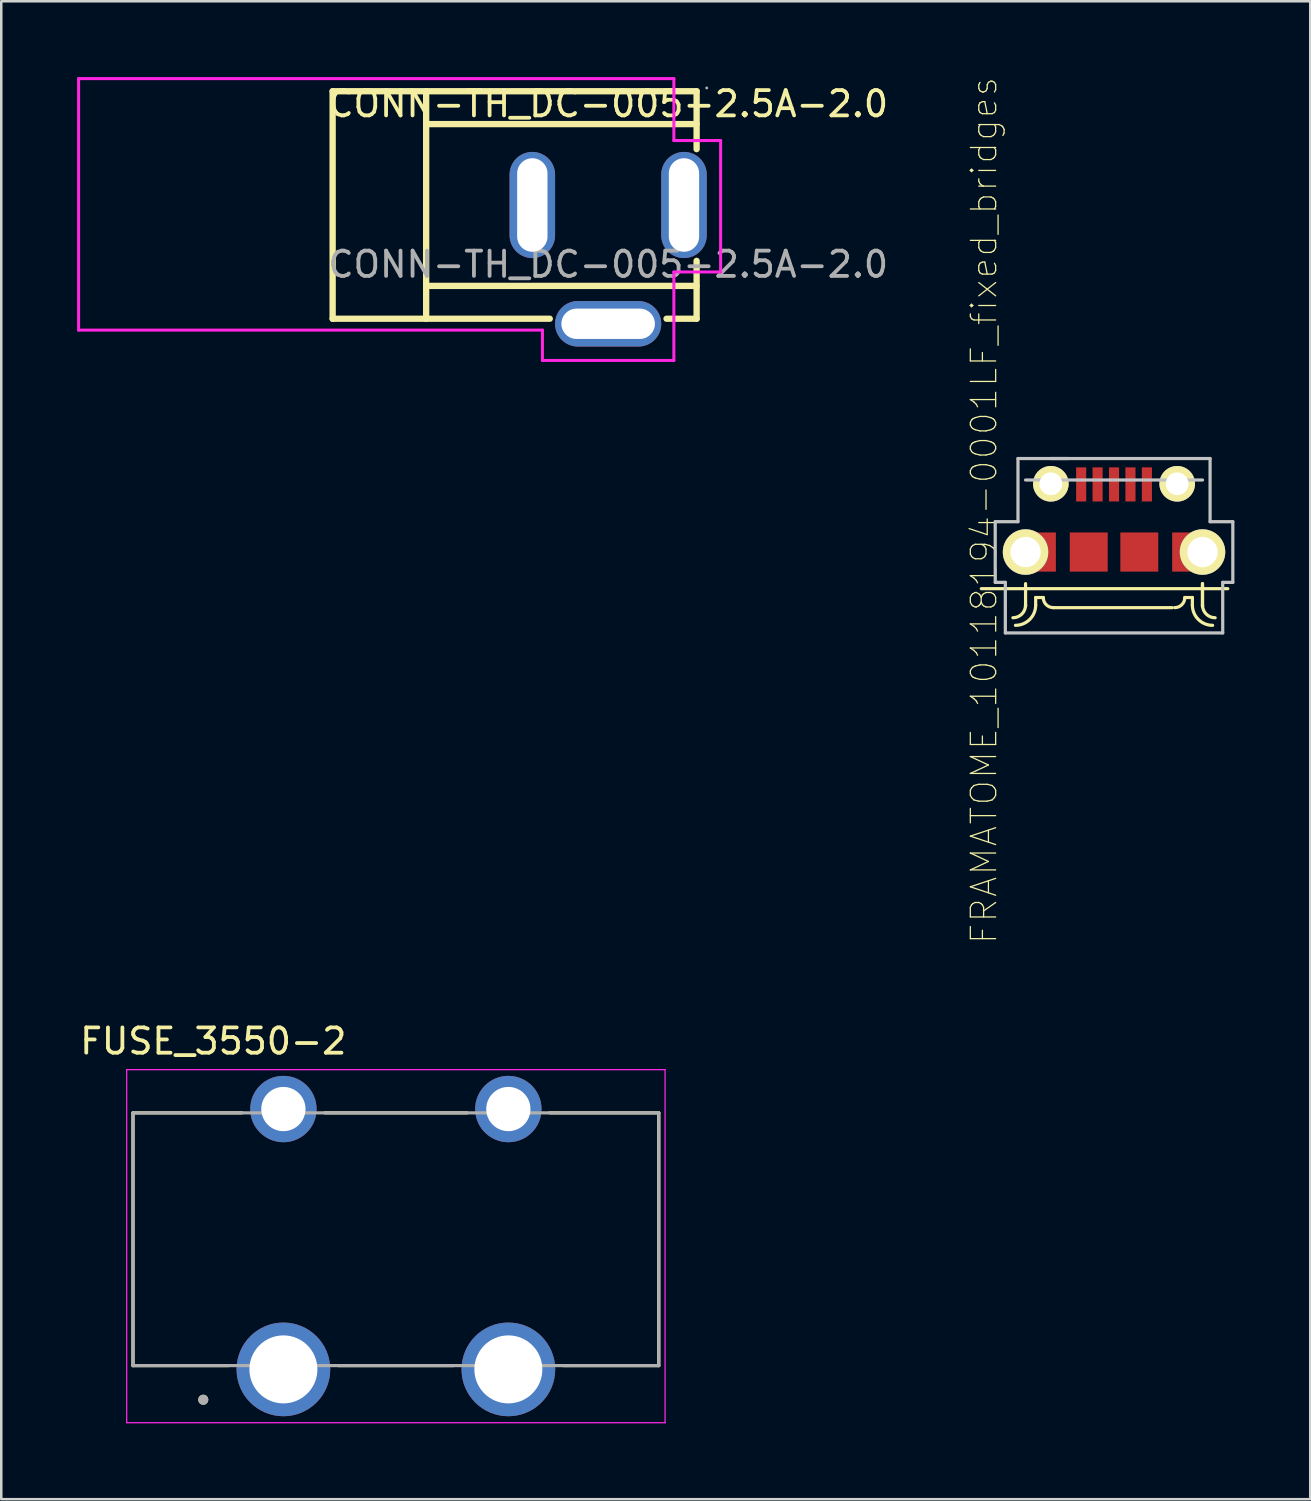
<source format=kicad_pcb>
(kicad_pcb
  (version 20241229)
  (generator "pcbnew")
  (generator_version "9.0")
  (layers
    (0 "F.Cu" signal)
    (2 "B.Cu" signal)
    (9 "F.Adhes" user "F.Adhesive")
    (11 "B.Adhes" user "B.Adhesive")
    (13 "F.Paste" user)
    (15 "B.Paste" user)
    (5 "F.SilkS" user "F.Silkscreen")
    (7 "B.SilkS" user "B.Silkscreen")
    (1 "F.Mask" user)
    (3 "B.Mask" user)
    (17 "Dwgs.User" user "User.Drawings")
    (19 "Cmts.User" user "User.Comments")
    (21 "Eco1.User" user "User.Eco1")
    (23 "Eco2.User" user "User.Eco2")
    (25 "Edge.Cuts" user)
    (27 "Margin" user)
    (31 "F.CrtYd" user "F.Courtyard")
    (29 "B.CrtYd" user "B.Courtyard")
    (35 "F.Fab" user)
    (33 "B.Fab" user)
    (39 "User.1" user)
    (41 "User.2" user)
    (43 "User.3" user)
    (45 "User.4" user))
  (footprint "FUSE_3550-2"
    (layer "F.Cu")
    (at 12.612 45.977)
    (property "Reference" "FUSE_3550-2" (at -7.225 -7.835 0) (layer "F.SilkS") (effects (font (size 1 1) (thickness 0.15))))
    (attr through_hole)
    (fp_line (start -10.4 -5) (end -10.4 5) (stroke (width 0.127) (type solid)) (layer "F.SilkS"))
    (fp_line (start -6.625 5) (end -10.4 5) (stroke (width 0.127) (type solid)) (layer "F.SilkS"))
    (fp_line (start -6.09 -5) (end -10.4 -5) (stroke (width 0.127) (type solid)) (layer "F.SilkS"))
    (fp_line (start -2.815 -5) (end 2.815 -5) (stroke (width 0.127) (type solid)) (layer "F.SilkS"))
    (fp_line (start 2.275 5) (end -2.275 5) (stroke (width 0.127) (type solid)) (layer "F.SilkS"))
    (fp_line (start 6.085 -5) (end 10.4 -5) (stroke (width 0.127) (type solid)) (layer "F.SilkS"))
    (fp_line (start 6.625 5) (end 10.4 5) (stroke (width 0.127) (type solid)) (layer "F.SilkS"))
    (fp_line (start 10.4 -5) (end 10.4 5) (stroke (width 0.127) (type solid)) (layer "F.SilkS"))
    (fp_circle (center -7.62 6.35) (end -7.52 6.35) (stroke (width 0.2) (type solid)) (fill no) (layer "F.SilkS"))
    (fp_line (start -10.65 -6.71) (end 10.65 -6.71) (stroke (width 0.05) (type solid)) (layer "F.CrtYd"))
    (fp_line (start -10.65 7.26) (end -10.65 -6.71) (stroke (width 0.05) (type solid)) (layer "F.CrtYd"))
    (fp_line (start 10.65 -6.71) (end 10.65 7.26) (stroke (width 0.05) (type solid)) (layer "F.CrtYd"))
    (fp_line (start 10.65 7.26) (end -10.65 7.26) (stroke (width 0.05) (type solid)) (layer "F.CrtYd"))
    (fp_line (start -10.4 -5) (end 10.4 -5) (stroke (width 0.127) (type solid)) (layer "F.Fab"))
    (fp_line (start -10.4 5) (end -10.4 -5) (stroke (width 0.127) (type solid)) (layer "F.Fab"))
    (fp_line (start 10.4 -5) (end 10.4 5) (stroke (width 0.127) (type solid)) (layer "F.Fab"))
    (fp_line (start 10.4 5) (end -10.4 5) (stroke (width 0.127) (type solid)) (layer "F.Fab"))
    (fp_circle (center -7.62 6.35) (end -7.52 6.35) (stroke (width 0.2) (type solid)) (fill no) (layer "F.Fab"))
    (pad "1" thru_hole circle (at -4.45 -5.15) (size 2.625 2.625) (drill 1.75) (layers "*.Cu" "*.Mask"))
    (pad "1" thru_hole circle (at -4.45 5.15) (size 3.706 3.706) (drill 2.69) (layers "*.Cu" "*.Mask"))
    (pad "2" thru_hole circle (at 4.45 -5.15) (size 2.625 2.625) (drill 1.75) (layers "*.Cu" "*.Mask"))
    (pad "2" thru_hole circle (at 4.45 5.15) (size 3.706 3.706) (drill 2.69) (layers "*.Cu" "*.Mask")))
  (footprint "CONN-TH_DC-005-2.5A-2.0"
    (layer "F.Cu")
    (at 21.01 7.41)
    (property "Reference" "CONN-TH_DC-005-2.5A-2.0" (at 0 -6.35 0) (layer "F.SilkS") (effects (font (size 1 1) (thickness 0.15))))
    (attr through_hole)
    (fp_line (start -10.9 -6.85) (end 3.5 -6.85) (stroke (width 0.25) (type solid)) (layer "F.SilkS"))
    (fp_line (start -10.9 2.15) (end -10.9 -6.85) (stroke (width 0.25) (type solid)) (layer "F.SilkS"))
    (fp_line (start -10.9 2.15) (end -2.31 2.15) (stroke (width 0.25) (type solid)) (layer "F.SilkS"))
    (fp_line (start -7.2 2.15) (end -7.2 -6.85) (stroke (width 0.25) (type solid)) (layer "F.SilkS"))
    (fp_line (start -7.12 -5.55) (end 3.5 -5.55) (stroke (width 0.25) (type solid)) (layer "F.SilkS"))
    (fp_line (start -7.12 0.85) (end 3.5 0.85) (stroke (width 0.25) (type solid)) (layer "F.SilkS"))
    (fp_line (start 2.31 2.15) (end 3.5 2.15) (stroke (width 0.25) (type solid)) (layer "F.SilkS"))
    (fp_line (start 3.5 -6.85) (end 3.5 -4.56) (stroke (width 0.25) (type solid)) (layer "F.SilkS"))
    (fp_line (start 3.5 -0.14) (end 3.5 2.15) (stroke (width 0.25) (type solid)) (layer "F.SilkS"))
    (fp_line (start -20.95 -7.35) (end -20.95 2.6) (stroke (width 0.12) (type default)) (layer "F.CrtYd"))
    (fp_line (start -2.6 2.6) (end -20.95 2.6) (stroke (width 0.12) (type default)) (layer "F.CrtYd"))
    (fp_line (start -2.6 3.8) (end -2.6 2.6) (stroke (width 0.12) (type default)) (layer "F.CrtYd"))
    (fp_line (start 2.6 -7.35) (end -20.95 -7.35) (stroke (width 0.12) (type default)) (layer "F.CrtYd"))
    (fp_line (start 2.6 -4.9) (end 2.6 -7.35) (stroke (width 0.12) (type default)) (layer "F.CrtYd"))
    (fp_line (start 2.6 0.3) (end 2.6 3.8) (stroke (width 0.12) (type default)) (layer "F.CrtYd"))
    (fp_line (start 2.6 3.8) (end -2.6 3.8) (stroke (width 0.12) (type default)) (layer "F.CrtYd"))
    (fp_line (start 4.45 -4.9) (end 2.6 -4.9) (stroke (width 0.12) (type default)) (layer "F.CrtYd"))
    (fp_line (start 4.45 -4.9) (end 4.45 0.3) (stroke (width 0.12) (type default)) (layer "F.CrtYd"))
    (fp_line (start 4.45 0.3) (end 2.6 0.3) (stroke (width 0.12) (type default)) (layer "F.CrtYd"))
    (fp_circle (center 3.9 -6.98) (end 3.93 -6.98) (stroke (width 0.06) (type solid)) (fill no) (layer "F.Fab"))
    (fp_text user "${REFERENCE}" (at 0 0 0) (layer "F.Fab") (effects (font (size 1 1) (thickness 0.15))))
    (pad "1" thru_hole oval (at 3 -2.35) (size 1.8 4.2) (drill oval 1.2 3.7) (layers "*.Cu" "*.Mask"))
    (pad "2" thru_hole oval (at -3 -2.35 180) (size 1.8 4.2) (drill oval 1.2 3.7) (layers "*.Cu" "*.Mask"))
    (pad "3" thru_hole oval (at 0 2.35 270) (size 1.8 4.2) (drill oval 1.2 3.7) (layers "*.Cu" "*.Mask")))
  (footprint "FRAMATOME_10118194-0001LF_fixed_bridges"
    (layer "F.Cu")
    (at 41.024 18.79)
    (property "Reference" "FRAMATOME_10118194-0001LF_fixed_bridges" (at -5.144 -1.643 90) (layer "F.SilkS") (effects (font (size 1.002 1.002) (thickness 0.05))))
    (attr smd)
    (fp_line (start -5.25 1.45) (end 4.5 1.45) (stroke (width 0.127) (type solid)) (layer "F.SilkS"))
    (fp_line (start -3.5 1.25) (end -3.5 2.1) (stroke (width 0.127) (type solid)) (layer "F.SilkS"))
    (fp_line (start -3.5 2.1) (end -3.5 2.15) (stroke (width 0.127) (type solid)) (layer "F.SilkS"))
    (fp_line (start -3.1 1.8) (end -2.8 1.8) (stroke (width 0.127) (type solid)) (layer "F.SilkS"))
    (fp_line (start -3.1 2.1) (end -3.1 1.8) (stroke (width 0.127) (type solid)) (layer "F.SilkS"))
    (fp_line (start -2.4 2.2) (end 2.3 2.2) (stroke (width 0.127) (type solid)) (layer "F.SilkS"))
    (fp_line (start 3.1 1.8) (end 2.8 1.8) (stroke (width 0.127) (type solid)) (layer "F.SilkS"))
    (fp_line (start 3.1 2.1) (end 3.1 1.8) (stroke (width 0.127) (type solid)) (layer "F.SilkS"))
    (fp_line (start 3.5 1.25) (end 3.5 2.1) (stroke (width 0.127) (type solid)) (layer "F.SilkS"))
    (fp_line (start 3.5 1.25) (end 3.5 2.15) (stroke (width 0.127) (type solid)) (layer "F.SilkS"))
    (fp_line (start 3.5 2.1) (end 3.5 2.15) (stroke (width 0.127) (type solid)) (layer "F.SilkS"))
    (fp_arc (start -3.5 2.1) (mid -3.646447 2.453553) (end -4 2.6) (stroke (width 0.127) (type solid)) (layer "F.SilkS"))
    (fp_arc (start -3.1 2.1) (mid -3.334315 2.665685) (end -3.9 2.9) (stroke (width 0.127) (type solid)) (layer "F.SilkS"))
    (fp_arc (start -2.4 2.2) (mid -2.682843 2.082843) (end -2.8 1.8) (stroke (width 0.127) (type solid)) (layer "F.SilkS"))
    (fp_arc (start 2.8 1.8) (mid 2.682843 2.082843) (end 2.4 2.2) (stroke (width 0.127) (type solid)) (layer "F.SilkS"))
    (fp_arc (start 3.9 2.9) (mid 3.334315 2.665685) (end 3.1 2.1) (stroke (width 0.127) (type solid)) (layer "F.SilkS"))
    (fp_arc (start 4 2.6) (mid 3.646447 2.453553) (end 3.5 2.1) (stroke (width 0.127) (type solid)) (layer "F.SilkS"))
    (fp_line (start -4.7 -1.2) (end -3.8 -1.2) (stroke (width 0.127) (type solid)) (layer "Dwgs.User"))
    (fp_line (start -4.7 1.2) (end -4.7 -1.2) (stroke (width 0.127) (type solid)) (layer "Dwgs.User"))
    (fp_line (start -4.3 1.2) (end -4.7 1.2) (stroke (width 0.127) (type solid)) (layer "Dwgs.User"))
    (fp_line (start -4.3 3.2) (end -4.3 1.2) (stroke (width 0.127) (type solid)) (layer "Dwgs.User"))
    (fp_line (start -3.8 -3.7) (end -1.8 -3.7) (stroke (width 0.127) (type solid)) (layer "Dwgs.User"))
    (fp_line (start -3.8 -1.2) (end -3.8 -3.7) (stroke (width 0.127) (type solid)) (layer "Dwgs.User"))
    (fp_line (start -3.5 -2.85) (end 3.5 -2.85) (stroke (width 0.127) (type solid)) (layer "Dwgs.User"))
    (fp_line (start -2.5 -3.7) (end 3.8 -3.7) (stroke (width 0.127) (type solid)) (layer "Dwgs.User"))
    (fp_line (start 3.8 -3.7) (end 3.8 -1.2) (stroke (width 0.127) (type solid)) (layer "Dwgs.User"))
    (fp_line (start 3.8 -1.2) (end 4.7 -1.2) (stroke (width 0.127) (type solid)) (layer "Dwgs.User"))
    (fp_line (start 4.3 1.2) (end 4.3 3.2) (stroke (width 0.127) (type solid)) (layer "Dwgs.User"))
    (fp_line (start 4.3 3.2) (end -4.3 3.2) (stroke (width 0.127) (type solid)) (layer "Dwgs.User"))
    (fp_line (start 4.7 -1.2) (end 4.7 1.2) (stroke (width 0.127) (type solid)) (layer "Dwgs.User"))
    (fp_line (start 4.7 1.2) (end 4.3 1.2) (stroke (width 0.127) (type solid)) (layer "Dwgs.User"))
    (pad "1" smd rect (at -1.3 -2.675 180) (size 0.4 1.35) (layers "F.Cu" "F.Mask" "F.Paste"))
    (pad "2" smd rect (at -0.65 -2.675 180) (size 0.4 1.35) (layers "F.Cu" "F.Mask" "F.Paste"))
    (pad "3" smd rect (at 0 -2.675 180) (size 0.4 1.35) (layers "F.Cu" "F.Mask" "F.Paste"))
    (pad "4" smd rect (at 0.65 -2.675 180) (size 0.4 1.35) (layers "F.Cu" "F.Mask" "F.Paste"))
    (pad "5" smd rect (at 1.3 -2.675 180) (size 0.4 1.35) (layers "F.Cu" "F.Mask" "F.Paste"))
    (pad "P$6" thru_hole circle (at -2.5 -2.7) (size 1.408 1.408) (drill 0.9) (layers "*.Cu" "*.Mask" "F.SilkS"))
    (pad "P$7" thru_hole circle (at 2.5 -2.7) (size 1.408 1.408) (drill 0.9) (layers "*.Cu" "*.Mask" "F.SilkS"))
    (pad "P$10" smd rect (at -1 0) (size 1.5 1.55) (layers "F.Cu" "F.Mask" "F.Paste"))
    (pad "P$11" smd rect (at 1 0) (size 1.5 1.55) (layers "F.Cu" "F.Mask" "F.Paste"))
    (pad "P$12" thru_hole circle (at -3.5 0) (size 1.8 1.8) (drill 1.2) (layers "*.Cu" "*.Mask" "F.SilkS"))
    (pad "P$12" smd rect (at -3.05 0) (size 1.5 1.55) (layers "F.Cu" "F.Mask" "F.Paste"))
    (pad "P$13" smd rect (at 3.05 0) (size 1.5 1.55) (layers "F.Cu" "F.Mask" "F.Paste"))
    (pad "P$13" thru_hole circle (at 3.5 0) (size 1.8 1.8) (drill 1.2) (layers "*.Cu" "*.Mask" "F.SilkS")))
  (gr_rect
    (start -3 -3)
    (end 48.787 56.262)
    (stroke (width 0.1) (type default))
    (fill no)
    (layer "Edge.Cuts")))
</source>
